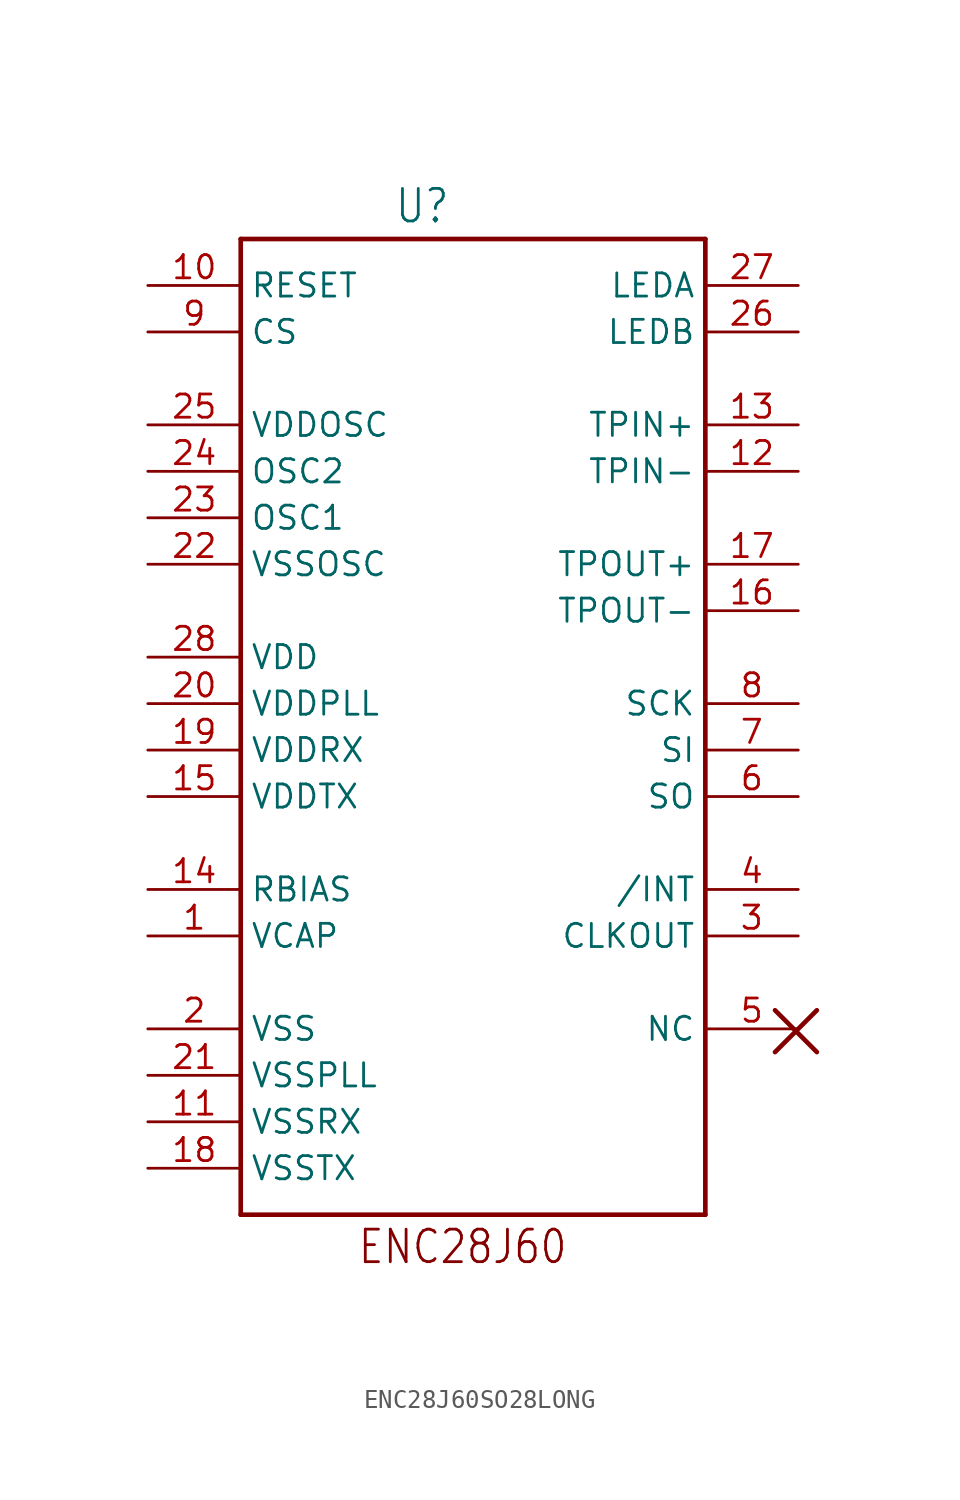
<source format=kicad_sym>
(kicad_symbol_lib
  (version 20211014)
  (generator kicad_symbol_editor)
  (symbol "ENC28J60SO28LONG"
    (property "Reference" "U"
      (at -4.318 26.162 0)
      (effects (font (size 1.778 1.511)) (justify left bottom)))
    (property "ki_locked" ""
      (at 0 0 0)
      (effects (font (size 1.27 1.27))))
    (symbol "ENC28J60SO28LONG_1_0"
      (polyline (pts (xy -12.7 -27.94) (xy 12.7 -27.94)) (stroke (width 0.254) (type default) (color 0 0 0 0)) (fill (type none)))
      (polyline (pts (xy -12.7 25.4) (xy -12.7 -27.94)) (stroke (width 0.254) (type default) (color 0 0 0 0)) (fill (type none)))
      (polyline (pts (xy 12.7 -27.94) (xy 12.7 25.4)) (stroke (width 0.254) (type default) (color 0 0 0 0)) (fill (type none)))
      (polyline (pts (xy 12.7 25.4) (xy -12.7 25.4)) (stroke (width 0.254) (type default) (color 0 0 0 0)) (fill (type none)))
      (polyline (pts (xy 16.51 -19.05) (xy 18.796 -16.764)) (stroke (width 0.254) (type default) (color 0 0 0 0)) (fill (type none)))
      (polyline (pts (xy 18.796 -19.05) (xy 16.51 -16.764)) (stroke (width 0.254) (type default) (color 0 0 0 0)) (fill (type none)))
      (text "ENC28J60" (at -6.35 -30.734 0) (effects (font (size 1.778 1.511)) (justify left bottom)))
      (pin bidirectional line (at -17.78 -12.7 0) (length 5.08) (name "VCAP" (effects (font (size 1.27 1.27)))) (number "1" (effects (font (size 1.27 1.27)))))
      (pin bidirectional line (at -17.78 22.86 0) (length 5.08) (name "RESET" (effects (font (size 1.27 1.27)))) (number "10" (effects (font (size 1.27 1.27)))))
      (pin bidirectional line (at -17.78 -22.86 0) (length 5.08) (name "VSSRX" (effects (font (size 1.27 1.27)))) (number "11" (effects (font (size 1.27 1.27)))))
      (pin bidirectional line (at 17.78 12.7 180) (length 5.08) (name "TPIN-" (effects (font (size 1.27 1.27)))) (number "12" (effects (font (size 1.27 1.27)))))
      (pin bidirectional line (at 17.78 15.24 180) (length 5.08) (name "TPIN+" (effects (font (size 1.27 1.27)))) (number "13" (effects (font (size 1.27 1.27)))))
      (pin bidirectional line (at -17.78 -10.16 0) (length 5.08) (name "RBIAS" (effects (font (size 1.27 1.27)))) (number "14" (effects (font (size 1.27 1.27)))))
      (pin bidirectional line (at -17.78 -5.08 0) (length 5.08) (name "VDDTX" (effects (font (size 1.27 1.27)))) (number "15" (effects (font (size 1.27 1.27)))))
      (pin bidirectional line (at 17.78 5.08 180) (length 5.08) (name "TPOUT-" (effects (font (size 1.27 1.27)))) (number "16" (effects (font (size 1.27 1.27)))))
      (pin bidirectional line (at 17.78 7.62 180) (length 5.08) (name "TPOUT+" (effects (font (size 1.27 1.27)))) (number "17" (effects (font (size 1.27 1.27)))))
      (pin bidirectional line (at -17.78 -25.4 0) (length 5.08) (name "VSSTX" (effects (font (size 1.27 1.27)))) (number "18" (effects (font (size 1.27 1.27)))))
      (pin bidirectional line (at -17.78 -2.54 0) (length 5.08) (name "VDDRX" (effects (font (size 1.27 1.27)))) (number "19" (effects (font (size 1.27 1.27)))))
      (pin bidirectional line (at -17.78 -17.78 0) (length 5.08) (name "VSS" (effects (font (size 1.27 1.27)))) (number "2" (effects (font (size 1.27 1.27)))))
      (pin bidirectional line (at -17.78 0 0) (length 5.08) (name "VDDPLL" (effects (font (size 1.27 1.27)))) (number "20" (effects (font (size 1.27 1.27)))))
      (pin bidirectional line (at -17.78 -20.32 0) (length 5.08) (name "VSSPLL" (effects (font (size 1.27 1.27)))) (number "21" (effects (font (size 1.27 1.27)))))
      (pin bidirectional line (at -17.78 7.62 0) (length 5.08) (name "VSSOSC" (effects (font (size 1.27 1.27)))) (number "22" (effects (font (size 1.27 1.27)))))
      (pin bidirectional line (at -17.78 10.16 0) (length 5.08) (name "OSC1" (effects (font (size 1.27 1.27)))) (number "23" (effects (font (size 1.27 1.27)))))
      (pin bidirectional line (at -17.78 12.7 0) (length 5.08) (name "OSC2" (effects (font (size 1.27 1.27)))) (number "24" (effects (font (size 1.27 1.27)))))
      (pin bidirectional line (at -17.78 15.24 0) (length 5.08) (name "VDDOSC" (effects (font (size 1.27 1.27)))) (number "25" (effects (font (size 1.27 1.27)))))
      (pin bidirectional line (at 17.78 20.32 180) (length 5.08) (name "LEDB" (effects (font (size 1.27 1.27)))) (number "26" (effects (font (size 1.27 1.27)))))
      (pin bidirectional line (at 17.78 22.86 180) (length 5.08) (name "LEDA" (effects (font (size 1.27 1.27)))) (number "27" (effects (font (size 1.27 1.27)))))
      (pin bidirectional line (at -17.78 2.54 0) (length 5.08) (name "VDD" (effects (font (size 1.27 1.27)))) (number "28" (effects (font (size 1.27 1.27)))))
      (pin bidirectional line (at 17.78 -12.7 180) (length 5.08) (name "CLKOUT" (effects (font (size 1.27 1.27)))) (number "3" (effects (font (size 1.27 1.27)))))
      (pin bidirectional line (at 17.78 -10.16 180) (length 5.08) (name "/INT" (effects (font (size 1.27 1.27)))) (number "4" (effects (font (size 1.27 1.27)))))
      (pin bidirectional line (at 17.78 -17.78 180) (length 5.08) (name "NC" (effects (font (size 1.27 1.27)))) (number "5" (effects (font (size 1.27 1.27)))))
      (pin bidirectional line (at 17.78 -5.08 180) (length 5.08) (name "SO" (effects (font (size 1.27 1.27)))) (number "6" (effects (font (size 1.27 1.27)))))
      (pin bidirectional line (at 17.78 -2.54 180) (length 5.08) (name "SI" (effects (font (size 1.27 1.27)))) (number "7" (effects (font (size 1.27 1.27)))))
      (pin bidirectional line (at 17.78 0 180) (length 5.08) (name "SCK" (effects (font (size 1.27 1.27)))) (number "8" (effects (font (size 1.27 1.27)))))
      (pin bidirectional line (at -17.78 20.32 0) (length 5.08) (name "CS" (effects (font (size 1.27 1.27)))) (number "9" (effects (font (size 1.27 1.27))))))))
</source>
